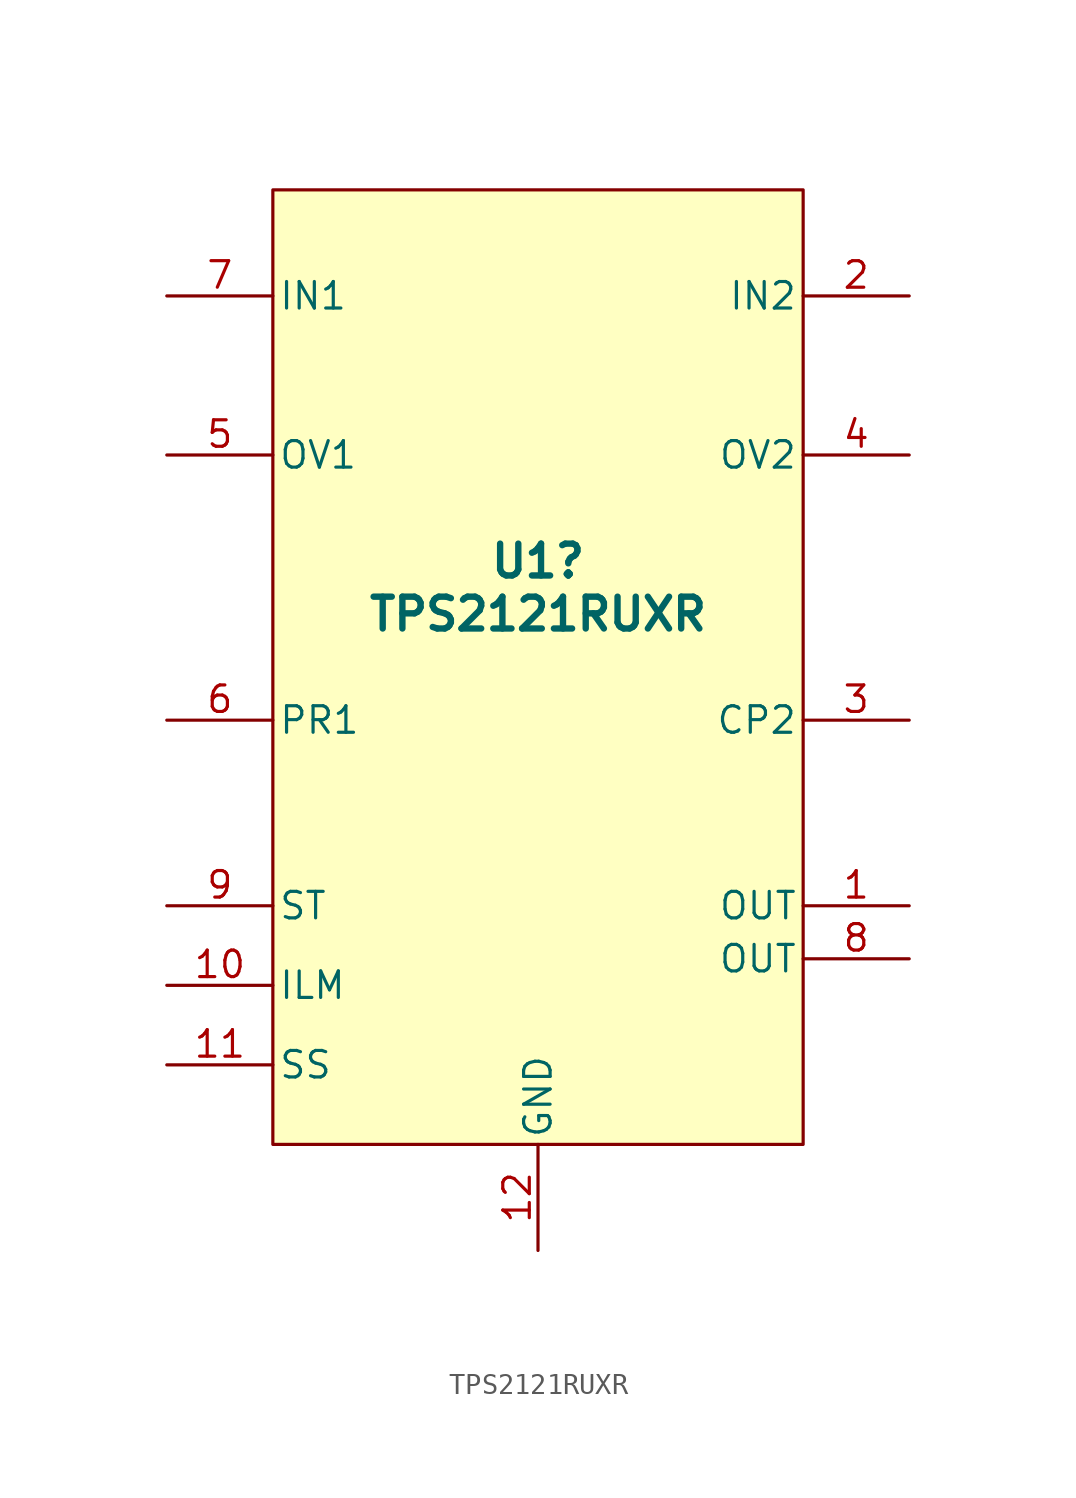
<source format=kicad_sym>
(kicad_symbol_lib
  (version 20220914)
  (generator kicad_symbol_editor)
  (symbol "TPS2121RUXR"
    (pin_names
      (offset 0.254))
    (property "Reference" "U1"
      (at 0 7.62 0)
      (effects (font (size 1.524 1.524) bold)))
    (property "Value" "TPS2121RUXR"
      (at 0 5.08 0)
      (effects (font (size 1.524 1.524) bold)))
    (property "ki_locked" ""
      (at 0 0 0)
      (effects (font (size 1.27 1.27))))
    (symbol "TPS2121RUXR_0_1"
      (pin power_in line (at 17.78 -8.89 180) (length 5.08) (name "OUT" (effects (font (size 1.27 1.27)))) (number "1" (effects (font (size 1.27 1.27)))))
      (pin bidirectional line (at -17.78 -12.7 0) (length 5.08) (name "ILM" (effects (font (size 1.27 1.27)))) (number "10" (effects (font (size 1.27 1.27)))))
      (pin bidirectional line (at -17.78 -16.51 0) (length 5.08) (name "SS" (effects (font (size 1.27 1.27)))) (number "11" (effects (font (size 1.27 1.27)))))
      (pin power_in line (at 0 -25.4 90) (length 5.08) (name "GND" (effects (font (size 1.27 1.27)))) (number "12" (effects (font (size 1.27 1.27)))))
      (pin power_in line (at 17.78 20.32 180) (length 5.08) (name "IN2" (effects (font (size 1.27 1.27)))) (number "2" (effects (font (size 1.27 1.27)))))
      (pin input line (at 17.78 0 180) (length 5.08) (name "CP2" (effects (font (size 1.27 1.27)))) (number "3" (effects (font (size 1.27 1.27)))))
      (pin input line (at 17.78 12.7 180) (length 5.08) (name "OV2" (effects (font (size 1.27 1.27)))) (number "4" (effects (font (size 1.27 1.27)))))
      (pin input line (at -17.78 12.7 0) (length 5.08) (name "OV1" (effects (font (size 1.27 1.27)))) (number "5" (effects (font (size 1.27 1.27)))))
      (pin input line (at -17.78 0 0) (length 5.08) (name "PR1" (effects (font (size 1.27 1.27)))) (number "6" (effects (font (size 1.27 1.27)))))
      (pin power_in line (at -17.78 20.32 0) (length 5.08) (name "IN1" (effects (font (size 1.27 1.27)))) (number "7" (effects (font (size 1.27 1.27)))))
      (pin power_in line (at 17.78 -11.43 180) (length 5.08) (name "OUT" (effects (font (size 1.27 1.27)))) (number "8" (effects (font (size 1.27 1.27)))))
      (pin output line (at -17.78 -8.89 0) (length 5.08) (name "ST" (effects (font (size 1.27 1.27)))) (number "9" (effects (font (size 1.27 1.27))))))
    (symbol "TPS2121RUXR_1_1"
      (rectangle (start -12.7 25.4) (end 12.7 -20.32) (stroke (width 0) (type default)) (fill (type background))))))
</source>
